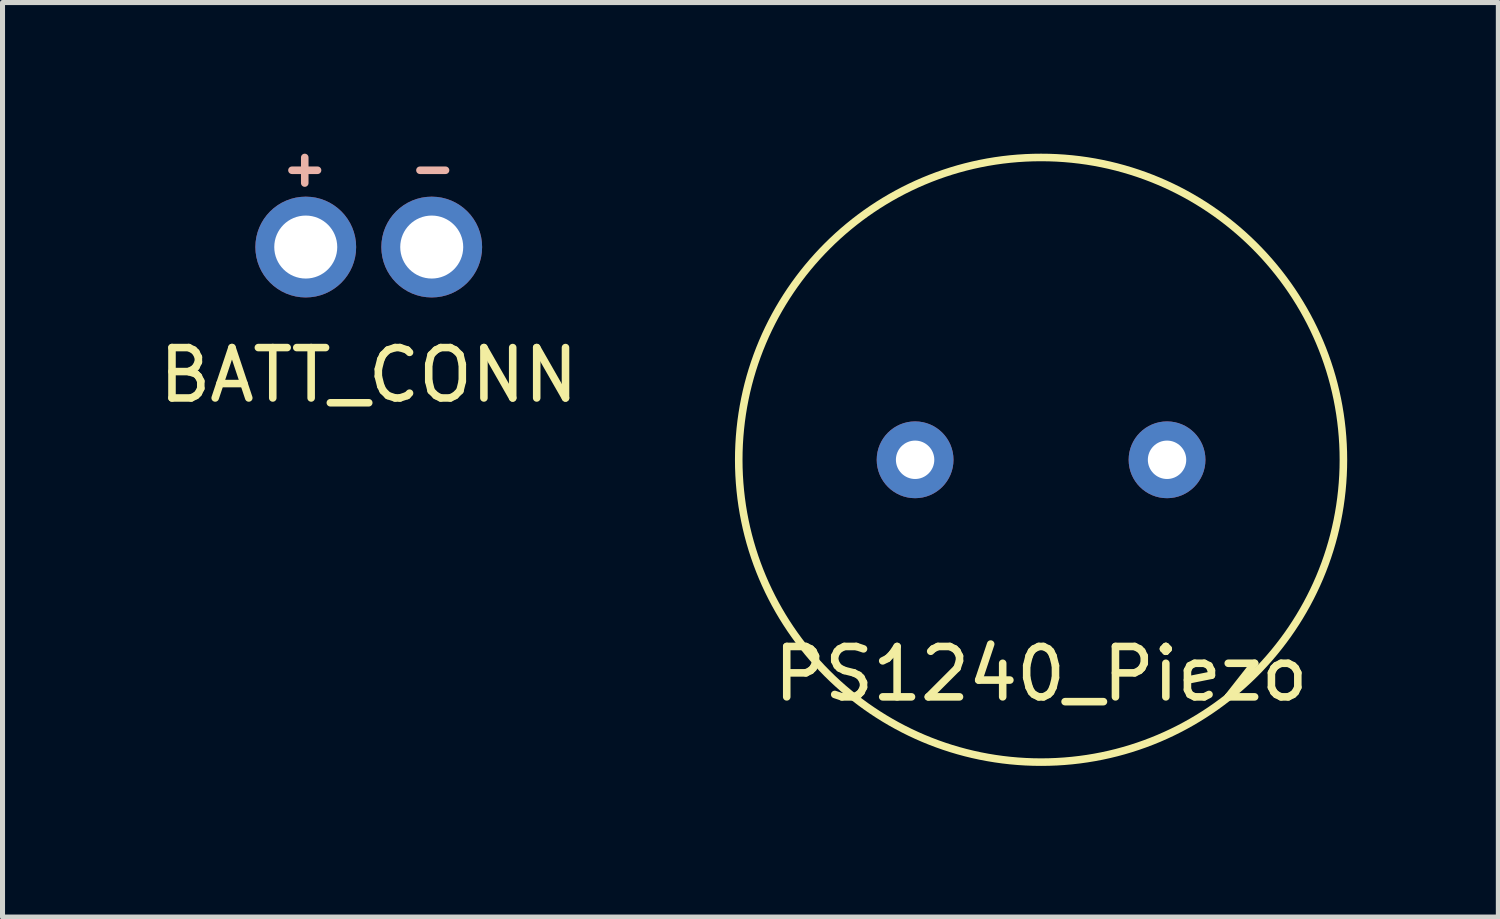
<source format=kicad_pcb>
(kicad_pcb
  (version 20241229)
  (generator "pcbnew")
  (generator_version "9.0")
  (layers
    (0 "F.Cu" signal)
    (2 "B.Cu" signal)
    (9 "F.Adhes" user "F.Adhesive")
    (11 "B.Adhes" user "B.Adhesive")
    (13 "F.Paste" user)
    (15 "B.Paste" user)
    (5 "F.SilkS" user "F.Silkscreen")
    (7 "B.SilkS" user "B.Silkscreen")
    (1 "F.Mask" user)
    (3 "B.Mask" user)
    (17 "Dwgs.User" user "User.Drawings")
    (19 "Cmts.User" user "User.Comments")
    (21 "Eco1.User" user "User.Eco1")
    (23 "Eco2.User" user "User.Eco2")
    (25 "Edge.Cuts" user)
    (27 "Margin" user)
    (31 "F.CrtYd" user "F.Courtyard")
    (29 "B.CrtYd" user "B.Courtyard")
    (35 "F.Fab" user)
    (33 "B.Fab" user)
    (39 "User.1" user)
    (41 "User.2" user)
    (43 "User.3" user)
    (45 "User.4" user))
  (footprint "PS1240_Piezo"
    (layer "F.Cu")
    (at 17.611 6.075)
    (property "Reference" "PS1240_Piezo" (at 0 4.25 0) (layer "F.SilkS") (effects (font (size 1 1) (thickness 0.15))))
    (attr through_hole)
    (fp_circle (center 0 0) (end 6 0) (stroke (width 0.15) (type solid)) (fill no) (layer "F.SilkS"))
    (pad "1" thru_hole circle (at -2.5 0) (size 1.524 1.524) (drill 0.762) (layers "*.Cu" "*.Mask"))
    (pad "2" thru_hole circle (at 2.5 0) (size 1.524 1.524) (drill 0.762) (layers "*.Cu" "*.Mask")))
  (footprint "BATT_CONN"
    (layer "F.Cu")
    (at 4.268 1.853)
    (property "Reference" "BATT_CONN" (at 0 2.54 0) (layer "F.SilkS") (effects (font (size 1 1) (thickness 0.15))))
    (attr through_hole)
    (fp_line (start -1.524 -1.524) (end -1.016 -1.524) (stroke (width 0.15) (type solid)) (layer "B.SilkS"))
    (fp_line (start -1.27 -1.778) (end -1.27 -1.27) (stroke (width 0.15) (type solid)) (layer "B.SilkS"))
    (fp_line (start 1.016 -1.524) (end 1.524 -1.524) (stroke (width 0.15) (type solid)) (layer "B.SilkS"))
    (pad "1" thru_hole circle (at -1.25 0) (size 2 2) (drill 1.25) (layers "*.Cu" "*.Mask"))
    (pad "2" thru_hole circle (at 1.25 0) (size 2 2) (drill 1.25) (layers "*.Cu" "*.Mask")))
  (gr_rect
    (start -3 -3)
    (end 26.686 15.15)
    (stroke (width 0.1) (type default))
    (fill no)
    (layer "Edge.Cuts")))
</source>
